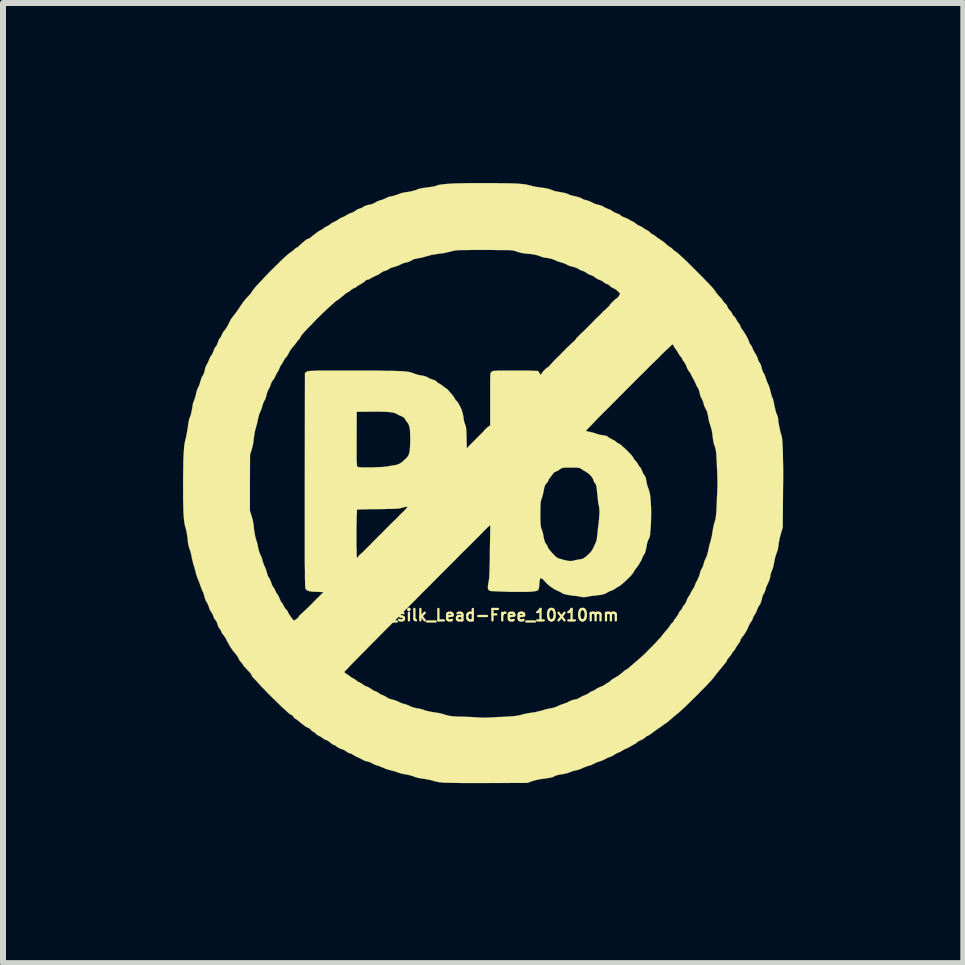
<source format=kicad_pcb>
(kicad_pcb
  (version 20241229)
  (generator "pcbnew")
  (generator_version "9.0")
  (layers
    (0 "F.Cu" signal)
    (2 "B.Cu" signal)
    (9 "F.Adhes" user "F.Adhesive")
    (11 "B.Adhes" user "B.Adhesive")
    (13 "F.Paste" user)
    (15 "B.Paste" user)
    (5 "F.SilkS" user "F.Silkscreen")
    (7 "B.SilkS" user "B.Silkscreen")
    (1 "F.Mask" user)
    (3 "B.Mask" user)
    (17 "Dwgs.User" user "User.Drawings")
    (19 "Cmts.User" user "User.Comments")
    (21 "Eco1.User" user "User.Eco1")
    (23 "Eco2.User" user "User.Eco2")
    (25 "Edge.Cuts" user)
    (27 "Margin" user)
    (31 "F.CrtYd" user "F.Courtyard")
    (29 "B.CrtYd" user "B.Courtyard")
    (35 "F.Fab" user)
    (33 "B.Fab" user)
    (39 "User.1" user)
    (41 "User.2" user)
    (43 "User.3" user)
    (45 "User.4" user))
  (footprint "Logo_silk_Lead-Free_10x10mm"
    (layer "F.Cu")
    (at 5 5)
    (property "Reference" "Logo_silk_Lead-Free_10x10mm" (at 0 2.2 0) (layer "F.SilkS") (effects (font (size 0.191 0.191) (thickness 0.038))))
    (attr exclude_from_pos_files exclude_from_bom)
    (fp_poly (pts (xy 4.999 -0.066) (xy 4.996 0.114) (xy 4.996 0.165) (xy 4.991 0.739) (xy 4.961 0.841) (xy 4.945 0.897) (xy 4.933 0.958) (xy 4.923 1.011) (xy 4.923 1.026) (xy 4.907 1.115) (xy 4.887 1.171) (xy 4.872 1.214) (xy 4.859 1.265) (xy 4.851 1.308) (xy 4.841 1.356) (xy 4.829 1.41) (xy 4.816 1.445) (xy 4.798 1.491) (xy 4.785 1.537) (xy 4.783 1.562) (xy 4.773 1.603) (xy 4.755 1.648) (xy 4.745 1.669) (xy 4.727 1.707) (xy 4.712 1.745) (xy 4.707 1.763) (xy 4.696 1.801) (xy 4.679 1.839) (xy 4.674 1.844) (xy 4.658 1.875) (xy 4.646 1.918) (xy 4.638 1.948) (xy 4.628 1.986) (xy 4.615 2.017) (xy 4.605 2.032) (xy 4.59 2.052) (xy 4.575 2.083) (xy 4.567 2.103) (xy 4.552 2.141) (xy 4.534 2.177) (xy 4.524 2.189) (xy 4.506 2.22) (xy 4.493 2.253) (xy 4.481 2.286) (xy 4.46 2.314) (xy 4.442 2.342) (xy 4.425 2.377) (xy 4.425 2.38) (xy 4.407 2.421) (xy 4.381 2.469) (xy 4.351 2.52) (xy 4.318 2.563) (xy 4.315 2.568) (xy 4.295 2.593) (xy 4.285 2.616) (xy 4.285 2.621) (xy 4.28 2.639) (xy 4.262 2.664) (xy 4.249 2.682) (xy 4.227 2.715) (xy 4.206 2.748) (xy 4.201 2.761) (xy 4.188 2.781) (xy 4.178 2.791) (xy 4.178 2.794) (xy 4.168 2.802) (xy 4.153 2.822) (xy 4.15 2.827) (xy 4.133 2.857) (xy 4.107 2.891) (xy 4.097 2.901) (xy 4.077 2.926) (xy 4.064 2.946) (xy 4.061 2.954) (xy 4.061 2.962) (xy 4.054 2.972) (xy 4.044 2.987) (xy 4.023 3.012) (xy 3.993 3.048) (xy 3.952 3.099) (xy 3.94 3.111) (xy 3.909 3.15) (xy 3.904 3.157) (xy 3.904 0.015) (xy 3.904 -0.015) (xy 3.904 -0.051) (xy 3.901 -0.091) (xy 3.901 -0.137) (xy 3.899 -0.196) (xy 3.894 -0.297) (xy 3.891 -0.378) (xy 3.886 -0.442) (xy 3.884 -0.493) (xy 3.879 -0.533) (xy 3.873 -0.564) (xy 3.868 -0.587) (xy 3.861 -0.607) (xy 3.858 -0.617) (xy 3.846 -0.65) (xy 3.835 -0.696) (xy 3.828 -0.747) (xy 3.825 -0.762) (xy 3.818 -0.831) (xy 3.807 -0.889) (xy 3.792 -0.94) (xy 3.774 -0.996) (xy 3.762 -1.036) (xy 3.752 -1.087) (xy 3.747 -1.118) (xy 3.736 -1.173) (xy 3.719 -1.219) (xy 3.713 -1.224) (xy 3.698 -1.257) (xy 3.68 -1.298) (xy 3.675 -1.323) (xy 3.663 -1.361) (xy 3.647 -1.397) (xy 3.637 -1.415) (xy 3.622 -1.443) (xy 3.612 -1.481) (xy 3.609 -1.496) (xy 3.599 -1.537) (xy 3.584 -1.577) (xy 3.576 -1.587) (xy 3.556 -1.623) (xy 3.538 -1.664) (xy 3.536 -1.669) (xy 3.518 -1.709) (xy 3.495 -1.748) (xy 3.493 -1.755) (xy 3.475 -1.783) (xy 3.465 -1.803) (xy 3.465 -1.808) (xy 3.457 -1.824) (xy 3.442 -1.847) (xy 3.434 -1.857) (xy 3.411 -1.89) (xy 3.393 -1.93) (xy 3.391 -1.935) (xy 3.376 -1.971) (xy 3.355 -2.009) (xy 3.348 -2.019) (xy 3.327 -2.047) (xy 3.317 -2.068) (xy 3.315 -2.075) (xy 3.307 -2.09) (xy 3.292 -2.108) (xy 3.274 -2.129) (xy 3.254 -2.159) (xy 3.246 -2.177) (xy 3.228 -2.205) (xy 3.213 -2.228) (xy 3.208 -2.233) (xy 3.195 -2.248) (xy 3.183 -2.273) (xy 3.18 -2.276) (xy 3.167 -2.301) (xy 3.155 -2.311) (xy 3.152 -2.311) (xy 3.145 -2.306) (xy 3.122 -2.283) (xy 3.086 -2.25) (xy 3.038 -2.205) (xy 2.982 -2.151) (xy 2.918 -2.085) (xy 2.845 -2.014) (xy 2.766 -1.938) (xy 2.685 -1.854) (xy 2.596 -1.768) (xy 2.507 -1.679) (xy 2.418 -1.59) (xy 2.329 -1.499) (xy 2.283 -1.455) (xy 2.283 -3.157) (xy 2.243 -3.198) (xy 2.212 -3.226) (xy 2.179 -3.244) (xy 2.167 -3.251) (xy 2.134 -3.266) (xy 2.111 -3.287) (xy 2.085 -3.31) (xy 2.057 -3.32) (xy 2.029 -3.332) (xy 2.009 -3.348) (xy 1.989 -3.363) (xy 1.956 -3.381) (xy 1.941 -3.386) (xy 1.905 -3.401) (xy 1.872 -3.421) (xy 1.864 -3.429) (xy 1.834 -3.449) (xy 1.798 -3.465) (xy 1.796 -3.467) (xy 1.758 -3.48) (xy 1.727 -3.5) (xy 1.722 -3.503) (xy 1.692 -3.523) (xy 1.656 -3.538) (xy 1.654 -3.538) (xy 1.618 -3.551) (xy 1.587 -3.569) (xy 1.585 -3.571) (xy 1.56 -3.584) (xy 1.524 -3.597) (xy 1.488 -3.607) (xy 1.448 -3.617) (xy 1.41 -3.632) (xy 1.387 -3.645) (xy 1.356 -3.66) (xy 1.318 -3.673) (xy 1.298 -3.678) (xy 1.255 -3.691) (xy 1.212 -3.708) (xy 1.196 -3.716) (xy 1.148 -3.736) (xy 1.085 -3.749) (xy 1.067 -3.752) (xy 1.016 -3.759) (xy 0.97 -3.772) (xy 0.937 -3.785) (xy 0.892 -3.8) (xy 0.828 -3.813) (xy 0.795 -3.818) (xy 0.724 -3.823) (xy 0.668 -3.83) (xy 0.627 -3.838) (xy 0.592 -3.848) (xy 0.561 -3.858) (xy 0.549 -3.863) (xy 0.533 -3.868) (xy 0.521 -3.871) (xy 0.503 -3.876) (xy 0.483 -3.879) (xy 0.452 -3.881) (xy 0.417 -3.884) (xy 0.368 -3.884) (xy 0.307 -3.884) (xy 0.231 -3.884) (xy 0.137 -3.886) (xy 0.023 -3.886) (xy 0.02 -3.886) (xy -0.091 -3.886) (xy -0.185 -3.886) (xy -0.262 -3.884) (xy -0.323 -3.884) (xy -0.373 -3.884) (xy -0.411 -3.881) (xy -0.445 -3.879) (xy -0.467 -3.876) (xy -0.49 -3.873) (xy -0.508 -3.868) (xy -0.528 -3.863) (xy -0.536 -3.861) (xy -0.587 -3.848) (xy -0.648 -3.835) (xy -0.709 -3.825) (xy -0.739 -3.823) (xy -0.8 -3.813) (xy -0.864 -3.802) (xy -0.917 -3.787) (xy -0.937 -3.782) (xy -0.988 -3.767) (xy -1.039 -3.754) (xy -1.085 -3.747) (xy -1.148 -3.734) (xy -1.189 -3.713) (xy -1.227 -3.693) (xy -1.267 -3.68) (xy -1.278 -3.678) (xy -1.321 -3.668) (xy -1.364 -3.65) (xy -1.377 -3.642) (xy -1.415 -3.625) (xy -1.46 -3.609) (xy -1.478 -3.604) (xy -1.516 -3.594) (xy -1.552 -3.579) (xy -1.565 -3.571) (xy -1.593 -3.553) (xy -1.628 -3.541) (xy -1.633 -3.538) (xy -1.669 -3.526) (xy -1.694 -3.51) (xy -1.699 -3.508) (xy -1.722 -3.49) (xy -1.753 -3.472) (xy -1.781 -3.459) (xy -1.819 -3.442) (xy -1.857 -3.421) (xy -1.875 -3.411) (xy -1.902 -3.396) (xy -1.925 -3.391) (xy -1.93 -3.391) (xy -1.948 -3.383) (xy -1.966 -3.368) (xy -1.989 -3.348) (xy -2.022 -3.327) (xy -2.029 -3.322) (xy -2.065 -3.302) (xy -2.098 -3.282) (xy -2.103 -3.277) (xy -2.126 -3.259) (xy -2.146 -3.251) (xy -2.164 -3.244) (xy -2.187 -3.228) (xy -2.207 -3.213) (xy -2.233 -3.193) (xy -2.253 -3.18) (xy -2.261 -3.178) (xy -2.273 -3.17) (xy -2.296 -3.155) (xy -2.316 -3.137) (xy -2.36 -3.101) (xy -2.393 -3.073) (xy -2.418 -3.056) (xy -2.443 -3.04) (xy -2.466 -3.023) (xy -2.502 -2.99) (xy -2.548 -2.949) (xy -2.601 -2.901) (xy -2.657 -2.847) (xy -2.713 -2.794) (xy -2.769 -2.738) (xy -2.819 -2.687) (xy -2.83 -2.675) (xy -2.873 -2.629) (xy -2.916 -2.586) (xy -2.951 -2.548) (xy -2.979 -2.52) (xy -2.987 -2.51) (xy -3.015 -2.479) (xy -3.035 -2.449) (xy -3.043 -2.433) (xy -3.058 -2.408) (xy -3.071 -2.39) (xy -3.073 -2.39) (xy -3.089 -2.375) (xy -3.104 -2.352) (xy -3.127 -2.324) (xy -3.145 -2.299) (xy -3.178 -2.261) (xy -3.211 -2.217) (xy -3.236 -2.172) (xy -3.256 -2.136) (xy -3.269 -2.113) (xy -3.279 -2.101) (xy -3.282 -2.098) (xy -3.292 -2.09) (xy -3.307 -2.068) (xy -3.325 -2.037) (xy -3.343 -2.004) (xy -3.358 -1.979) (xy -3.368 -1.966) (xy -3.378 -1.953) (xy -3.388 -1.928) (xy -3.391 -1.92) (xy -3.406 -1.885) (xy -3.426 -1.849) (xy -3.447 -1.816) (xy -3.465 -1.778) (xy -3.48 -1.745) (xy -3.5 -1.717) (xy -3.503 -1.714) (xy -3.523 -1.687) (xy -3.536 -1.654) (xy -3.546 -1.621) (xy -3.564 -1.582) (xy -3.571 -1.57) (xy -3.592 -1.529) (xy -3.607 -1.483) (xy -3.609 -1.471) (xy -3.619 -1.43) (xy -3.635 -1.389) (xy -3.642 -1.379) (xy -3.66 -1.344) (xy -3.675 -1.3) (xy -3.678 -1.288) (xy -3.691 -1.245) (xy -3.708 -1.201) (xy -3.713 -1.189) (xy -3.729 -1.156) (xy -3.741 -1.11) (xy -3.752 -1.067) (xy -3.762 -1.016) (xy -3.777 -0.958) (xy -3.79 -0.912) (xy -3.805 -0.856) (xy -3.815 -0.79) (xy -3.823 -0.734) (xy -3.833 -0.653) (xy -3.851 -0.577) (xy -3.858 -0.554) (xy -3.884 -0.472) (xy -3.886 -0.005) (xy -3.886 0.462) (xy -3.856 0.554) (xy -3.84 0.615) (xy -3.825 0.688) (xy -3.818 0.765) (xy -3.818 0.767) (xy -3.807 0.833) (xy -3.797 0.892) (xy -3.785 0.932) (xy -3.785 0.937) (xy -3.772 0.973) (xy -3.759 1.019) (xy -3.752 1.059) (xy -3.739 1.118) (xy -3.721 1.173) (xy -3.711 1.194) (xy -3.693 1.232) (xy -3.68 1.273) (xy -3.675 1.293) (xy -3.665 1.326) (xy -3.65 1.367) (xy -3.64 1.387) (xy -3.622 1.43) (xy -3.607 1.476) (xy -3.602 1.494) (xy -3.592 1.532) (xy -3.579 1.562) (xy -3.571 1.572) (xy -3.556 1.595) (xy -3.541 1.631) (xy -3.533 1.651) (xy -3.52 1.689) (xy -3.505 1.72) (xy -3.498 1.73) (xy -3.477 1.758) (xy -3.465 1.791) (xy -3.462 1.791) (xy -3.447 1.824) (xy -3.426 1.854) (xy -3.409 1.882) (xy -3.393 1.918) (xy -3.391 1.925) (xy -3.378 1.956) (xy -3.365 1.979) (xy -3.36 1.984) (xy -3.345 2.002) (xy -3.33 2.032) (xy -3.325 2.042) (xy -3.307 2.073) (xy -3.287 2.101) (xy -3.282 2.106) (xy -3.261 2.129) (xy -3.246 2.162) (xy -3.231 2.189) (xy -3.205 2.225) (xy -3.193 2.243) (xy -3.155 2.291) (xy -3.117 2.268) (xy -3.094 2.25) (xy -3.076 2.233) (xy -3.076 2.23) (xy -3.066 2.212) (xy -3.043 2.189) (xy -3.015 2.164) (xy -2.972 2.123) (xy -2.918 2.073) (xy -2.857 2.012) (xy -2.837 1.991) (xy -2.819 1.974) (xy -2.802 1.956) (xy -2.784 1.938) (xy -2.774 1.925) (xy -2.761 1.915) (xy -2.741 1.895) (xy -2.715 1.869) (xy -2.69 1.844) (xy -2.672 1.826) (xy -2.664 1.816) (xy -2.675 1.814) (xy -2.7 1.814) (xy -2.741 1.811) (xy -2.769 1.811) (xy -2.84 1.808) (xy -2.893 1.801) (xy -2.931 1.788) (xy -2.954 1.768) (xy -2.959 1.758) (xy -2.962 1.75) (xy -2.964 1.737) (xy -2.964 1.712) (xy -2.967 1.681) (xy -2.967 1.638) (xy -2.969 1.585) (xy -2.969 1.519) (xy -2.969 1.443) (xy -2.972 1.351) (xy -2.972 1.245) (xy -2.972 1.125) (xy -2.972 0.988) (xy -2.972 0.833) (xy -2.972 0.663) (xy -2.972 0.472) (xy -2.972 0.264) (xy -2.972 0.036) (xy -2.972 -0.051) (xy -2.969 -1.834) (xy -2.944 -1.854) (xy -2.939 -1.859) (xy -2.931 -1.862) (xy -2.921 -1.864) (xy -2.906 -1.867) (xy -2.883 -1.869) (xy -2.852 -1.872) (xy -2.814 -1.872) (xy -2.766 -1.875) (xy -2.703 -1.875) (xy -2.626 -1.875) (xy -2.535 -1.875) (xy -2.426 -1.875) (xy -2.299 -1.875) (xy -2.197 -1.875) (xy -2.029 -1.875) (xy -1.88 -1.875) (xy -1.75 -1.875) (xy -1.638 -1.872) (xy -1.542 -1.872) (xy -1.458 -1.869) (xy -1.389 -1.867) (xy -1.333 -1.864) (xy -1.285 -1.859) (xy -1.247 -1.854) (xy -1.219 -1.849) (xy -1.194 -1.844) (xy -1.176 -1.836) (xy -1.168 -1.834) (xy -1.135 -1.821) (xy -1.092 -1.806) (xy -1.044 -1.796) (xy -1.036 -1.796) (xy -0.986 -1.786) (xy -0.945 -1.773) (xy -0.919 -1.76) (xy -0.894 -1.745) (xy -0.859 -1.732) (xy -0.841 -1.725) (xy -0.795 -1.709) (xy -0.77 -1.687) (xy -0.752 -1.669) (xy -0.739 -1.661) (xy -0.721 -1.656) (xy -0.699 -1.638) (xy -0.688 -1.633) (xy -0.658 -1.608) (xy -0.625 -1.585) (xy -0.62 -1.58) (xy -0.597 -1.565) (xy -0.572 -1.537) (xy -0.541 -1.501) (xy -0.511 -1.468) (xy -0.488 -1.435) (xy -0.472 -1.41) (xy -0.467 -1.4) (xy -0.46 -1.384) (xy -0.447 -1.374) (xy -0.434 -1.361) (xy -0.414 -1.333) (xy -0.394 -1.295) (xy -0.384 -1.278) (xy -0.358 -1.222) (xy -0.343 -1.171) (xy -0.33 -1.115) (xy -0.328 -1.1) (xy -0.323 -1.054) (xy -0.312 -1.011) (xy -0.302 -0.98) (xy -0.3 -0.975) (xy -0.292 -0.958) (xy -0.287 -0.932) (xy -0.282 -0.897) (xy -0.279 -0.846) (xy -0.277 -0.777) (xy -0.277 -0.762) (xy -0.272 -0.579) (xy -0.218 -0.638) (xy -0.188 -0.668) (xy -0.163 -0.693) (xy -0.147 -0.709) (xy -0.099 -0.757) (xy -0.051 -0.805) (xy -0.005 -0.851) (xy 0.025 -0.886) (xy 0.053 -0.914) (xy 0.079 -0.937) (xy 0.094 -0.947) (xy 0.117 -0.96) (xy 0.117 -1.397) (xy 0.117 -1.504) (xy 0.117 -1.593) (xy 0.117 -1.664) (xy 0.117 -1.72) (xy 0.119 -1.763) (xy 0.119 -1.796) (xy 0.122 -1.819) (xy 0.124 -1.834) (xy 0.13 -1.844) (xy 0.135 -1.849) (xy 0.137 -1.854) (xy 0.145 -1.859) (xy 0.152 -1.864) (xy 0.165 -1.867) (xy 0.183 -1.872) (xy 0.211 -1.872) (xy 0.249 -1.875) (xy 0.3 -1.875) (xy 0.366 -1.875) (xy 0.45 -1.875) (xy 0.526 -1.875) (xy 0.612 -1.875) (xy 0.693 -1.875) (xy 0.765 -1.875) (xy 0.826 -1.872) (xy 0.871 -1.872) (xy 0.902 -1.869) (xy 0.912 -1.869) (xy 0.927 -1.854) (xy 0.942 -1.829) (xy 0.953 -1.808) (xy 0.958 -1.806) (xy 0.968 -1.819) (xy 0.968 -1.821) (xy 0.983 -1.841) (xy 1.003 -1.867) (xy 1.029 -1.892) (xy 1.052 -1.915) (xy 1.069 -1.928) (xy 1.074 -1.928) (xy 1.085 -1.935) (xy 1.105 -1.956) (xy 1.13 -1.984) (xy 1.135 -1.989) (xy 1.171 -2.029) (xy 1.214 -2.073) (xy 1.245 -2.103) (xy 1.275 -2.131) (xy 1.298 -2.156) (xy 1.313 -2.172) (xy 1.339 -2.197) (xy 1.372 -2.233) (xy 1.412 -2.271) (xy 1.453 -2.309) (xy 1.486 -2.342) (xy 1.491 -2.344) (xy 1.519 -2.37) (xy 1.537 -2.39) (xy 1.544 -2.4) (xy 1.552 -2.413) (xy 1.572 -2.433) (xy 1.598 -2.459) (xy 1.6 -2.464) (xy 1.631 -2.492) (xy 1.654 -2.515) (xy 1.666 -2.527) (xy 1.669 -2.527) (xy 1.679 -2.537) (xy 1.702 -2.56) (xy 1.735 -2.593) (xy 1.77 -2.629) (xy 1.775 -2.634) (xy 1.811 -2.67) (xy 1.844 -2.703) (xy 1.867 -2.728) (xy 1.88 -2.741) (xy 1.882 -2.741) (xy 1.895 -2.756) (xy 1.918 -2.776) (xy 1.941 -2.799) (xy 1.956 -2.814) (xy 1.981 -2.84) (xy 2.009 -2.87) (xy 2.05 -2.903) (xy 2.055 -2.911) (xy 2.083 -2.936) (xy 2.103 -2.957) (xy 2.111 -2.967) (xy 2.118 -2.979) (xy 2.136 -3) (xy 2.162 -3.025) (xy 2.187 -3.051) (xy 2.212 -3.071) (xy 2.225 -3.081) (xy 2.228 -3.081) (xy 2.238 -3.089) (xy 2.253 -3.109) (xy 2.261 -3.119) (xy 2.283 -3.157) (xy 2.283 -1.455) (xy 2.24 -1.41) (xy 2.154 -1.323) (xy 2.073 -1.242) (xy 1.996 -1.166) (xy 1.925 -1.095) (xy 1.864 -1.031) (xy 1.811 -0.975) (xy 1.768 -0.932) (xy 1.737 -0.899) (xy 1.717 -0.879) (xy 1.714 -0.871) (xy 1.727 -0.866) (xy 1.755 -0.859) (xy 1.781 -0.853) (xy 1.826 -0.843) (xy 1.875 -0.828) (xy 1.897 -0.82) (xy 1.938 -0.808) (xy 1.981 -0.8) (xy 1.999 -0.798) (xy 2.047 -0.79) (xy 2.075 -0.775) (xy 2.103 -0.754) (xy 2.141 -0.734) (xy 2.149 -0.729) (xy 2.182 -0.714) (xy 2.207 -0.696) (xy 2.215 -0.688) (xy 2.238 -0.671) (xy 2.266 -0.655) (xy 2.268 -0.655) (xy 2.289 -0.643) (xy 2.316 -0.617) (xy 2.352 -0.587) (xy 2.39 -0.551) (xy 2.428 -0.513) (xy 2.461 -0.478) (xy 2.487 -0.447) (xy 2.502 -0.427) (xy 2.504 -0.419) (xy 2.512 -0.404) (xy 2.53 -0.381) (xy 2.543 -0.368) (xy 2.563 -0.343) (xy 2.578 -0.323) (xy 2.581 -0.315) (xy 2.586 -0.3) (xy 2.603 -0.277) (xy 2.606 -0.277) (xy 2.626 -0.251) (xy 2.644 -0.216) (xy 2.649 -0.203) (xy 2.662 -0.168) (xy 2.68 -0.14) (xy 2.687 -0.132) (xy 2.705 -0.099) (xy 2.718 -0.048) (xy 2.718 -0.036) (xy 2.728 0.013) (xy 2.743 0.064) (xy 2.756 0.097) (xy 2.771 0.145) (xy 2.784 0.213) (xy 2.791 0.297) (xy 2.797 0.396) (xy 2.799 0.508) (xy 2.797 0.627) (xy 2.794 0.696) (xy 2.789 0.77) (xy 2.784 0.823) (xy 2.781 0.861) (xy 2.776 0.889) (xy 2.771 0.909) (xy 2.764 0.922) (xy 2.758 0.93) (xy 2.743 0.965) (xy 2.728 1.019) (xy 2.723 1.054) (xy 2.71 1.115) (xy 2.697 1.161) (xy 2.682 1.189) (xy 2.662 1.219) (xy 2.649 1.25) (xy 2.647 1.257) (xy 2.637 1.283) (xy 2.614 1.321) (xy 2.588 1.364) (xy 2.558 1.407) (xy 2.545 1.422) (xy 2.522 1.455) (xy 2.502 1.491) (xy 2.489 1.509) (xy 2.466 1.537) (xy 2.433 1.572) (xy 2.395 1.608) (xy 2.355 1.646) (xy 2.316 1.679) (xy 2.286 1.704) (xy 2.261 1.722) (xy 2.25 1.727) (xy 2.235 1.732) (xy 2.215 1.748) (xy 2.207 1.753) (xy 2.174 1.775) (xy 2.136 1.791) (xy 2.134 1.791) (xy 2.098 1.806) (xy 2.062 1.826) (xy 2.055 1.829) (xy 2.035 1.841) (xy 2.009 1.849) (xy 1.974 1.859) (xy 1.938 1.864) (xy 1.938 0.48) (xy 1.935 0.424) (xy 1.93 0.384) (xy 1.923 0.358) (xy 1.918 0.328) (xy 1.913 0.287) (xy 1.908 0.234) (xy 1.9 0.163) (xy 1.897 0.135) (xy 1.892 0.084) (xy 1.885 0.048) (xy 1.877 0.02) (xy 1.864 0) (xy 1.859 -0.003) (xy 1.844 -0.03) (xy 1.834 -0.056) (xy 1.834 -0.061) (xy 1.824 -0.081) (xy 1.803 -0.112) (xy 1.775 -0.142) (xy 1.742 -0.17) (xy 1.709 -0.191) (xy 1.704 -0.196) (xy 1.669 -0.213) (xy 1.638 -0.236) (xy 1.623 -0.246) (xy 1.61 -0.251) (xy 1.587 -0.257) (xy 1.56 -0.259) (xy 1.516 -0.259) (xy 1.46 -0.259) (xy 1.402 -0.259) (xy 1.361 -0.259) (xy 1.333 -0.257) (xy 1.313 -0.251) (xy 1.298 -0.244) (xy 1.283 -0.234) (xy 1.278 -0.231) (xy 1.245 -0.208) (xy 1.212 -0.193) (xy 1.206 -0.191) (xy 1.184 -0.18) (xy 1.171 -0.17) (xy 1.166 -0.157) (xy 1.148 -0.135) (xy 1.13 -0.112) (xy 1.107 -0.081) (xy 1.09 -0.058) (xy 1.087 -0.046) (xy 1.079 -0.03) (xy 1.064 -0.005) (xy 1.054 0.003) (xy 1.034 0.03) (xy 1.021 0.066) (xy 1.011 0.112) (xy 1.001 0.163) (xy 0.988 0.216) (xy 0.978 0.249) (xy 0.968 0.274) (xy 0.963 0.297) (xy 0.958 0.325) (xy 0.955 0.361) (xy 0.955 0.406) (xy 0.953 0.467) (xy 0.953 0.516) (xy 0.953 0.589) (xy 0.955 0.645) (xy 0.958 0.686) (xy 0.96 0.716) (xy 0.965 0.739) (xy 0.97 0.757) (xy 0.973 0.762) (xy 0.983 0.792) (xy 0.996 0.836) (xy 1.006 0.884) (xy 1.006 0.894) (xy 1.021 0.955) (xy 1.034 0.993) (xy 1.044 1.006) (xy 1.062 1.031) (xy 1.077 1.064) (xy 1.077 1.067) (xy 1.09 1.09) (xy 1.115 1.123) (xy 1.146 1.158) (xy 1.163 1.176) (xy 1.196 1.212) (xy 1.222 1.234) (xy 1.247 1.25) (xy 1.278 1.26) (xy 1.318 1.27) (xy 1.328 1.275) (xy 1.384 1.288) (xy 1.425 1.295) (xy 1.455 1.298) (xy 1.486 1.295) (xy 1.519 1.288) (xy 1.534 1.283) (xy 1.575 1.275) (xy 1.61 1.27) (xy 1.626 1.267) (xy 1.648 1.262) (xy 1.676 1.25) (xy 1.712 1.224) (xy 1.732 1.206) (xy 1.768 1.173) (xy 1.796 1.143) (xy 1.821 1.107) (xy 1.844 1.059) (xy 1.849 1.049) (xy 1.872 0.998) (xy 1.887 0.96) (xy 1.895 0.922) (xy 1.9 0.876) (xy 1.902 0.859) (xy 1.908 0.8) (xy 1.915 0.737) (xy 1.923 0.681) (xy 1.923 0.676) (xy 1.93 0.612) (xy 1.935 0.544) (xy 1.938 0.48) (xy 1.938 1.864) (xy 1.928 1.864) (xy 1.88 1.872) (xy 1.824 1.877) (xy 1.773 1.885) (xy 1.732 1.892) (xy 1.709 1.895) (xy 1.707 1.897) (xy 1.664 1.9) (xy 1.636 1.895) (xy 1.61 1.89) (xy 1.57 1.882) (xy 1.519 1.877) (xy 1.473 1.872) (xy 1.415 1.862) (xy 1.372 1.854) (xy 1.341 1.844) (xy 1.321 1.834) (xy 1.318 1.834) (xy 1.288 1.814) (xy 1.252 1.798) (xy 1.245 1.796) (xy 1.184 1.765) (xy 1.118 1.722) (xy 1.059 1.671) (xy 1.029 1.638) (xy 0.996 1.603) (xy 0.97 1.585) (xy 0.955 1.585) (xy 0.945 1.603) (xy 0.94 1.641) (xy 0.937 1.676) (xy 0.932 1.73) (xy 0.925 1.763) (xy 0.912 1.786) (xy 0.886 1.796) (xy 0.846 1.803) (xy 0.828 1.806) (xy 0.79 1.808) (xy 0.739 1.811) (xy 0.676 1.811) (xy 0.605 1.811) (xy 0.528 1.811) (xy 0.45 1.811) (xy 0.371 1.808) (xy 0.3 1.806) (xy 0.234 1.803) (xy 0.178 1.801) (xy 0.137 1.798) (xy 0.112 1.793) (xy 0.109 1.793) (xy 0.089 1.778) (xy 0.079 1.753) (xy 0.079 1.72) (xy 0.086 1.669) (xy 0.089 1.651) (xy 0.094 1.626) (xy 0.099 1.593) (xy 0.102 1.549) (xy 0.104 1.496) (xy 0.107 1.427) (xy 0.109 1.344) (xy 0.112 1.245) (xy 0.112 1.135) (xy 0.119 0.699) (xy 0.094 0.719) (xy 0.076 0.734) (xy 0.046 0.765) (xy 0.003 0.808) (xy -0.048 0.861) (xy -0.114 0.927) (xy -0.188 1.001) (xy -0.272 1.085) (xy -0.363 1.173) (xy -0.46 1.273) (xy -0.564 1.377) (xy -0.671 1.483) (xy -0.782 1.595) (xy -0.897 1.712) (xy -1.013 1.826) (xy -1.13 1.946) (xy -1.214 2.029) (xy -1.214 -0.721) (xy -1.214 -0.734) (xy -1.217 -0.82) (xy -1.219 -0.886) (xy -1.229 -0.94) (xy -1.242 -0.978) (xy -1.26 -1.008) (xy -1.267 -1.016) (xy -1.288 -1.044) (xy -1.303 -1.069) (xy -1.306 -1.074) (xy -1.318 -1.092) (xy -1.351 -1.11) (xy -1.361 -1.115) (xy -1.397 -1.13) (xy -1.43 -1.148) (xy -1.44 -1.153) (xy -1.466 -1.166) (xy -1.504 -1.176) (xy -1.557 -1.184) (xy -1.628 -1.189) (xy -1.714 -1.191) (xy -1.821 -1.191) (xy -1.867 -1.191) (xy -2.106 -1.189) (xy -2.108 -0.739) (xy -2.108 -0.625) (xy -2.108 -0.531) (xy -2.108 -0.455) (xy -2.108 -0.394) (xy -2.106 -0.348) (xy -2.103 -0.315) (xy -2.101 -0.292) (xy -2.098 -0.279) (xy -2.095 -0.274) (xy -2.08 -0.269) (xy -2.047 -0.264) (xy -1.999 -0.262) (xy -1.943 -0.262) (xy -1.877 -0.262) (xy -1.811 -0.264) (xy -1.745 -0.267) (xy -1.684 -0.269) (xy -1.631 -0.274) (xy -1.59 -0.279) (xy -1.587 -0.279) (xy -1.539 -0.29) (xy -1.491 -0.297) (xy -1.455 -0.302) (xy -1.407 -0.318) (xy -1.359 -0.345) (xy -1.308 -0.391) (xy -1.306 -0.394) (xy -1.29 -0.409) (xy -1.27 -0.429) (xy -1.265 -0.434) (xy -1.247 -0.46) (xy -1.232 -0.5) (xy -1.222 -0.556) (xy -1.217 -0.63) (xy -1.214 -0.721) (xy -1.214 2.029) (xy -1.247 2.062) (xy -1.26 2.075) (xy -1.26 0.399) (xy -1.267 0.394) (xy -1.28 0.394) (xy -1.303 0.396) (xy -1.339 0.406) (xy -1.359 0.411) (xy -1.377 0.417) (xy -1.4 0.422) (xy -1.427 0.424) (xy -1.466 0.427) (xy -1.516 0.429) (xy -1.582 0.429) (xy -1.661 0.432) (xy -1.75 0.432) (xy -1.834 0.434) (xy -1.91 0.434) (xy -1.976 0.437) (xy -2.032 0.437) (xy -2.073 0.439) (xy -2.095 0.439) (xy -2.101 0.442) (xy -2.103 0.452) (xy -2.103 0.483) (xy -2.106 0.528) (xy -2.108 0.587) (xy -2.108 0.655) (xy -2.111 0.729) (xy -2.111 0.808) (xy -2.111 0.889) (xy -2.111 0.965) (xy -2.111 1.041) (xy -2.108 1.107) (xy -2.108 1.163) (xy -2.106 1.209) (xy -2.103 1.237) (xy -2.101 1.247) (xy -2.09 1.237) (xy -2.078 1.219) (xy -2.065 1.201) (xy -2.057 1.194) (xy -2.047 1.186) (xy -2.024 1.166) (xy -1.994 1.138) (xy -1.958 1.1) (xy -1.918 1.062) (xy -1.875 1.019) (xy -1.847 0.988) (xy -1.834 0.975) (xy -1.808 0.95) (xy -1.775 0.917) (xy -1.735 0.876) (xy -1.689 0.833) (xy -1.646 0.787) (xy -1.6 0.742) (xy -1.56 0.701) (xy -1.527 0.668) (xy -1.504 0.645) (xy -1.491 0.635) (xy -1.491 0.632) (xy -1.476 0.62) (xy -1.45 0.594) (xy -1.417 0.561) (xy -1.382 0.523) (xy -1.344 0.488) (xy -1.311 0.455) (xy -1.285 0.427) (xy -1.273 0.411) (xy -1.27 0.411) (xy -1.26 0.399) (xy -1.26 2.075) (xy -1.361 2.179) (xy -1.476 2.294) (xy -1.585 2.403) (xy -1.692 2.51) (xy -1.793 2.614) (xy -1.887 2.708) (xy -1.974 2.797) (xy -2.055 2.878) (xy -2.126 2.951) (xy -2.187 3.012) (xy -2.235 3.063) (xy -2.273 3.104) (xy -2.299 3.129) (xy -2.309 3.142) (xy -2.311 3.142) (xy -2.304 3.162) (xy -2.283 3.175) (xy -2.253 3.193) (xy -2.223 3.216) (xy -2.215 3.221) (xy -2.192 3.239) (xy -2.172 3.251) (xy -2.167 3.251) (xy -2.151 3.259) (xy -2.129 3.274) (xy -2.118 3.284) (xy -2.093 3.302) (xy -2.075 3.315) (xy -2.07 3.315) (xy -2.055 3.32) (xy -2.032 3.335) (xy -2.017 3.345) (xy -1.984 3.368) (xy -1.948 3.386) (xy -1.938 3.388) (xy -1.905 3.404) (xy -1.867 3.426) (xy -1.859 3.434) (xy -1.831 3.452) (xy -1.808 3.462) (xy -1.801 3.465) (xy -1.781 3.472) (xy -1.755 3.487) (xy -1.75 3.49) (xy -1.717 3.513) (xy -1.681 3.531) (xy -1.671 3.533) (xy -1.638 3.548) (xy -1.61 3.566) (xy -1.603 3.571) (xy -1.58 3.584) (xy -1.547 3.597) (xy -1.519 3.604) (xy -1.473 3.617) (xy -1.433 3.632) (xy -1.412 3.642) (xy -1.374 3.66) (xy -1.331 3.675) (xy -1.316 3.678) (xy -1.273 3.691) (xy -1.232 3.708) (xy -1.219 3.716) (xy -1.181 3.731) (xy -1.135 3.744) (xy -1.113 3.749) (xy -1.064 3.757) (xy -1.013 3.769) (xy -0.986 3.78) (xy -0.947 3.792) (xy -0.894 3.805) (xy -0.838 3.815) (xy -0.803 3.82) (xy -0.749 3.828) (xy -0.704 3.838) (xy -0.665 3.848) (xy -0.65 3.853) (xy -0.61 3.866) (xy -0.551 3.879) (xy -0.475 3.886) (xy -0.381 3.891) (xy -0.33 3.891) (xy -0.269 3.894) (xy -0.208 3.896) (xy -0.155 3.899) (xy -0.122 3.901) (xy -0.076 3.904) (xy -0.018 3.907) (xy 0.036 3.907) (xy 0.058 3.907) (xy 0.117 3.904) (xy 0.188 3.901) (xy 0.254 3.896) (xy 0.282 3.896) (xy 0.376 3.891) (xy 0.452 3.886) (xy 0.513 3.881) (xy 0.561 3.876) (xy 0.599 3.868) (xy 0.632 3.861) (xy 0.638 3.858) (xy 0.676 3.848) (xy 0.724 3.838) (xy 0.78 3.828) (xy 0.815 3.823) (xy 0.871 3.815) (xy 0.922 3.802) (xy 0.965 3.792) (xy 0.986 3.787) (xy 1.024 3.774) (xy 1.072 3.762) (xy 1.118 3.752) (xy 1.166 3.744) (xy 1.209 3.729) (xy 1.242 3.716) (xy 1.278 3.698) (xy 1.323 3.683) (xy 1.336 3.678) (xy 1.374 3.665) (xy 1.41 3.65) (xy 1.42 3.642) (xy 1.448 3.63) (xy 1.486 3.614) (xy 1.521 3.607) (xy 1.562 3.597) (xy 1.595 3.581) (xy 1.615 3.571) (xy 1.646 3.553) (xy 1.679 3.538) (xy 1.681 3.538) (xy 1.717 3.523) (xy 1.753 3.505) (xy 1.753 3.503) (xy 1.783 3.482) (xy 1.821 3.465) (xy 1.826 3.462) (xy 1.857 3.447) (xy 1.882 3.432) (xy 1.887 3.426) (xy 1.905 3.416) (xy 1.935 3.401) (xy 1.963 3.391) (xy 1.996 3.376) (xy 2.024 3.36) (xy 2.037 3.35) (xy 2.055 3.338) (xy 2.083 3.322) (xy 2.085 3.32) (xy 2.108 3.307) (xy 2.121 3.297) (xy 2.121 3.294) (xy 2.129 3.284) (xy 2.151 3.269) (xy 2.172 3.256) (xy 2.248 3.211) (xy 2.306 3.167) (xy 2.324 3.152) (xy 2.349 3.129) (xy 2.377 3.111) (xy 2.403 3.096) (xy 2.431 3.073) (xy 2.451 3.053) (xy 2.484 3.028) (xy 2.515 3) (xy 2.573 2.951) (xy 2.639 2.893) (xy 2.705 2.832) (xy 2.761 2.774) (xy 2.769 2.766) (xy 2.832 2.703) (xy 2.883 2.649) (xy 2.921 2.606) (xy 2.954 2.573) (xy 2.977 2.543) (xy 2.997 2.517) (xy 3 2.515) (xy 3.028 2.479) (xy 3.056 2.446) (xy 3.073 2.428) (xy 3.096 2.398) (xy 3.117 2.367) (xy 3.119 2.365) (xy 3.134 2.342) (xy 3.15 2.327) (xy 3.165 2.314) (xy 3.172 2.301) (xy 3.183 2.278) (xy 3.203 2.253) (xy 3.211 2.243) (xy 3.233 2.212) (xy 3.254 2.179) (xy 3.256 2.172) (xy 3.272 2.141) (xy 3.292 2.118) (xy 3.292 2.116) (xy 3.31 2.095) (xy 3.315 2.083) (xy 3.322 2.068) (xy 3.338 2.042) (xy 3.348 2.032) (xy 3.371 1.999) (xy 3.388 1.963) (xy 3.391 1.953) (xy 3.404 1.92) (xy 3.421 1.895) (xy 3.421 1.892) (xy 3.439 1.867) (xy 3.457 1.836) (xy 3.459 1.826) (xy 3.475 1.796) (xy 3.493 1.768) (xy 3.495 1.763) (xy 3.513 1.74) (xy 3.526 1.707) (xy 3.528 1.699) (xy 3.543 1.661) (xy 3.564 1.623) (xy 3.566 1.621) (xy 3.581 1.587) (xy 3.599 1.547) (xy 3.607 1.516) (xy 3.619 1.476) (xy 3.632 1.44) (xy 3.645 1.42) (xy 3.66 1.389) (xy 3.673 1.351) (xy 3.673 1.346) (xy 3.683 1.313) (xy 3.698 1.273) (xy 3.711 1.247) (xy 3.729 1.204) (xy 3.744 1.151) (xy 3.752 1.115) (xy 3.762 1.064) (xy 3.777 1.006) (xy 3.79 0.965) (xy 3.802 0.914) (xy 3.815 0.859) (xy 3.82 0.818) (xy 3.828 0.77) (xy 3.838 0.714) (xy 3.853 0.663) (xy 3.853 0.658) (xy 3.863 0.627) (xy 3.871 0.597) (xy 3.876 0.566) (xy 3.881 0.528) (xy 3.884 0.48) (xy 3.889 0.422) (xy 3.891 0.345) (xy 3.894 0.307) (xy 3.896 0.221) (xy 3.901 0.152) (xy 3.901 0.099) (xy 3.904 0.053) (xy 3.904 0.015) (xy 3.904 3.157) (xy 3.881 3.185) (xy 3.861 3.211) (xy 3.856 3.218) (xy 3.835 3.246) (xy 3.8 3.287) (xy 3.754 3.335) (xy 3.701 3.393) (xy 3.64 3.454) (xy 3.576 3.52) (xy 3.51 3.584) (xy 3.447 3.647) (xy 3.383 3.708) (xy 3.327 3.762) (xy 3.279 3.805) (xy 3.241 3.838) (xy 3.218 3.856) (xy 3.198 3.871) (xy 3.17 3.896) (xy 3.134 3.927) (xy 3.117 3.942) (xy 3.084 3.97) (xy 3.056 3.993) (xy 3.035 4.006) (xy 3.033 4.008) (xy 3.018 4.016) (xy 3 4.031) (xy 2.972 4.051) (xy 2.944 4.072) (xy 2.921 4.084) (xy 2.888 4.11) (xy 2.847 4.138) (xy 2.832 4.15) (xy 2.797 4.176) (xy 2.766 4.196) (xy 2.746 4.209) (xy 2.741 4.211) (xy 2.725 4.216) (xy 2.703 4.234) (xy 2.695 4.242) (xy 2.662 4.265) (xy 2.626 4.282) (xy 2.621 4.285) (xy 2.588 4.3) (xy 2.558 4.323) (xy 2.537 4.341) (xy 2.522 4.348) (xy 2.52 4.348) (xy 2.507 4.356) (xy 2.482 4.371) (xy 2.466 4.379) (xy 2.433 4.399) (xy 2.403 4.415) (xy 2.393 4.417) (xy 2.365 4.43) (xy 2.332 4.448) (xy 2.319 4.455) (xy 2.286 4.475) (xy 2.256 4.488) (xy 2.248 4.491) (xy 2.22 4.503) (xy 2.189 4.524) (xy 2.187 4.524) (xy 2.156 4.544) (xy 2.121 4.559) (xy 2.111 4.562) (xy 2.073 4.577) (xy 2.032 4.597) (xy 2.027 4.6) (xy 1.991 4.618) (xy 1.951 4.633) (xy 1.933 4.638) (xy 1.895 4.651) (xy 1.857 4.669) (xy 1.844 4.674) (xy 1.808 4.694) (xy 1.768 4.707) (xy 1.763 4.707) (xy 1.732 4.717) (xy 1.692 4.732) (xy 1.661 4.745) (xy 1.618 4.765) (xy 1.57 4.78) (xy 1.542 4.785) (xy 1.499 4.796) (xy 1.458 4.811) (xy 1.44 4.818) (xy 1.41 4.829) (xy 1.367 4.841) (xy 1.318 4.849) (xy 1.311 4.851) (xy 1.267 4.856) (xy 1.229 4.867) (xy 1.204 4.874) (xy 1.199 4.877) (xy 1.166 4.895) (xy 1.12 4.907) (xy 1.059 4.917) (xy 1.001 4.925) (xy 0.935 4.935) (xy 0.869 4.95) (xy 0.82 4.963) (xy 0.739 4.994) (xy 0.089 4.996) (xy -0.028 4.996) (xy -0.142 4.996) (xy -0.254 4.996) (xy -0.356 4.996) (xy -0.447 4.994) (xy -0.526 4.994) (xy -0.592 4.991) (xy -0.64 4.991) (xy -0.665 4.989) (xy -0.726 4.983) (xy -0.782 4.973) (xy -0.828 4.961) (xy -0.833 4.958) (xy -0.871 4.948) (xy -0.922 4.938) (xy -0.975 4.928) (xy -0.998 4.925) (xy -1.077 4.912) (xy -1.14 4.895) (xy -1.156 4.887) (xy -1.194 4.874) (xy -1.242 4.862) (xy -1.293 4.851) (xy -1.341 4.844) (xy -1.387 4.831) (xy -1.422 4.821) (xy -1.425 4.818) (xy -1.46 4.806) (xy -1.506 4.793) (xy -1.537 4.785) (xy -1.585 4.773) (xy -1.636 4.755) (xy -1.661 4.742) (xy -1.702 4.727) (xy -1.737 4.712) (xy -1.758 4.707) (xy -1.793 4.696) (xy -1.829 4.679) (xy -1.834 4.676) (xy -1.867 4.658) (xy -1.908 4.643) (xy -1.928 4.638) (xy -1.966 4.628) (xy -2.002 4.613) (xy -2.014 4.605) (xy -2.045 4.587) (xy -2.08 4.572) (xy -2.09 4.567) (xy -2.123 4.552) (xy -2.151 4.536) (xy -2.159 4.531) (xy -2.182 4.516) (xy -2.215 4.501) (xy -2.223 4.501) (xy -2.256 4.488) (xy -2.283 4.47) (xy -2.286 4.465) (xy -2.309 4.45) (xy -2.342 4.437) (xy -2.352 4.432) (xy -2.39 4.42) (xy -2.428 4.397) (xy -2.436 4.392) (xy -2.464 4.371) (xy -2.484 4.361) (xy -2.489 4.361) (xy -2.507 4.354) (xy -2.53 4.336) (xy -2.545 4.323) (xy -2.576 4.3) (xy -2.606 4.282) (xy -2.616 4.28) (xy -2.647 4.267) (xy -2.675 4.247) (xy -2.703 4.227) (xy -2.738 4.209) (xy -2.743 4.206) (xy -2.766 4.194) (xy -2.781 4.183) (xy -2.781 4.181) (xy -2.791 4.168) (xy -2.812 4.153) (xy -2.822 4.148) (xy -2.85 4.13) (xy -2.868 4.115) (xy -2.87 4.11) (xy -2.885 4.094) (xy -2.911 4.079) (xy -2.918 4.077) (xy -2.936 4.067) (xy -2.954 4.059) (xy -2.974 4.044) (xy -3 4.023) (xy -3.038 3.995) (xy -3.073 3.965) (xy -3.101 3.942) (xy -3.124 3.927) (xy -3.134 3.924) (xy -3.147 3.914) (xy -3.157 3.899) (xy -3.172 3.876) (xy -3.2 3.858) (xy -3.208 3.856) (xy -3.226 3.843) (xy -3.256 3.818) (xy -3.297 3.78) (xy -3.348 3.734) (xy -3.401 3.683) (xy -3.459 3.625) (xy -3.523 3.564) (xy -3.584 3.503) (xy -3.642 3.442) (xy -3.701 3.383) (xy -3.749 3.327) (xy -3.792 3.282) (xy -3.828 3.244) (xy -3.851 3.216) (xy -3.858 3.2) (xy -3.858 3.198) (xy -3.866 3.183) (xy -3.889 3.152) (xy -3.927 3.114) (xy -3.962 3.076) (xy -3.983 3.053) (xy -3.995 3.038) (xy -3.998 3.033) (xy -4.003 3.02) (xy -4.021 3) (xy -4.034 2.982) (xy -4.056 2.957) (xy -4.069 2.936) (xy -4.072 2.926) (xy -4.079 2.911) (xy -4.094 2.885) (xy -4.107 2.868) (xy -4.143 2.822) (xy -4.171 2.789) (xy -4.188 2.764) (xy -4.204 2.741) (xy -4.219 2.718) (xy -4.224 2.708) (xy -4.247 2.667) (xy -4.27 2.626) (xy -4.275 2.611) (xy -4.298 2.573) (xy -4.321 2.537) (xy -4.331 2.527) (xy -4.348 2.504) (xy -4.359 2.484) (xy -4.361 2.479) (xy -4.366 2.464) (xy -4.381 2.438) (xy -4.392 2.426) (xy -4.412 2.393) (xy -4.425 2.357) (xy -4.427 2.347) (xy -4.44 2.311) (xy -4.46 2.281) (xy -4.483 2.253) (xy -4.493 2.22) (xy -4.506 2.189) (xy -4.524 2.156) (xy -4.531 2.146) (xy -4.554 2.111) (xy -4.567 2.075) (xy -4.569 2.065) (xy -4.582 2.029) (xy -4.6 1.994) (xy -4.602 1.991) (xy -4.62 1.961) (xy -4.636 1.918) (xy -4.643 1.895) (xy -4.653 1.852) (xy -4.669 1.811) (xy -4.679 1.791) (xy -4.694 1.755) (xy -4.709 1.714) (xy -4.712 1.704) (xy -4.727 1.664) (xy -4.742 1.623) (xy -4.747 1.615) (xy -4.76 1.582) (xy -4.775 1.539) (xy -4.788 1.494) (xy -4.788 1.491) (xy -4.801 1.44) (xy -4.816 1.387) (xy -4.829 1.349) (xy -4.841 1.3) (xy -4.854 1.245) (xy -4.859 1.214) (xy -4.869 1.168) (xy -4.882 1.123) (xy -4.892 1.097) (xy -4.905 1.054) (xy -4.917 0.996) (xy -4.925 0.922) (xy -4.933 0.861) (xy -4.943 0.805) (xy -4.953 0.762) (xy -4.958 0.742) (xy -4.968 0.711) (xy -4.976 0.671) (xy -4.983 0.62) (xy -4.989 0.554) (xy -4.994 0.478) (xy -4.996 0.384) (xy -4.999 0.272) (xy -4.999 0.142) (xy -4.999 0.03) (xy -4.999 -0.119) (xy -4.996 -0.251) (xy -4.996 -0.366) (xy -4.991 -0.465) (xy -4.986 -0.546) (xy -4.981 -0.615) (xy -4.973 -0.671) (xy -4.963 -0.714) (xy -4.958 -0.734) (xy -4.948 -0.775) (xy -4.938 -0.828) (xy -4.928 -0.886) (xy -4.92 -0.935) (xy -4.91 -1.011) (xy -4.897 -1.069) (xy -4.882 -1.107) (xy -4.869 -1.143) (xy -4.859 -1.191) (xy -4.849 -1.242) (xy -4.841 -1.29) (xy -4.834 -1.333) (xy -4.821 -1.367) (xy -4.818 -1.372) (xy -4.806 -1.405) (xy -4.793 -1.448) (xy -4.785 -1.481) (xy -4.775 -1.527) (xy -4.76 -1.57) (xy -4.75 -1.593) (xy -4.732 -1.628) (xy -4.717 -1.674) (xy -4.709 -1.704) (xy -4.696 -1.742) (xy -4.684 -1.775) (xy -4.671 -1.793) (xy -4.656 -1.819) (xy -4.643 -1.859) (xy -4.638 -1.887) (xy -4.628 -1.928) (xy -4.615 -1.961) (xy -4.605 -1.976) (xy -4.59 -2.002) (xy -4.575 -2.035) (xy -4.569 -2.052) (xy -4.554 -2.088) (xy -4.539 -2.116) (xy -4.531 -2.126) (xy -4.516 -2.146) (xy -4.501 -2.179) (xy -4.493 -2.2) (xy -4.481 -2.235) (xy -4.465 -2.263) (xy -4.458 -2.271) (xy -4.442 -2.291) (xy -4.427 -2.324) (xy -4.42 -2.347) (xy -4.407 -2.38) (xy -4.397 -2.405) (xy -4.389 -2.413) (xy -4.376 -2.426) (xy -4.364 -2.451) (xy -4.359 -2.459) (xy -4.346 -2.492) (xy -4.328 -2.52) (xy -4.326 -2.525) (xy -4.3 -2.555) (xy -4.272 -2.598) (xy -4.242 -2.652) (xy -4.221 -2.697) (xy -4.199 -2.736) (xy -4.171 -2.774) (xy -4.163 -2.784) (xy -4.138 -2.817) (xy -4.112 -2.85) (xy -4.107 -2.857) (xy -4.084 -2.891) (xy -4.059 -2.926) (xy -4.056 -2.931) (xy -4.034 -2.964) (xy -4.013 -2.995) (xy -4.011 -3) (xy -3.995 -3.02) (xy -3.97 -3.053) (xy -3.937 -3.089) (xy -3.927 -3.101) (xy -3.896 -3.132) (xy -3.873 -3.16) (xy -3.861 -3.175) (xy -3.858 -3.18) (xy -3.851 -3.195) (xy -3.83 -3.223) (xy -3.797 -3.264) (xy -3.754 -3.312) (xy -3.703 -3.365) (xy -3.647 -3.426) (xy -3.589 -3.487) (xy -3.526 -3.551) (xy -3.462 -3.614) (xy -3.401 -3.673) (xy -3.345 -3.729) (xy -3.292 -3.777) (xy -3.249 -3.815) (xy -3.213 -3.843) (xy -3.198 -3.853) (xy -3.167 -3.876) (xy -3.145 -3.896) (xy -3.139 -3.901) (xy -3.122 -3.917) (xy -3.109 -3.924) (xy -3.094 -3.929) (xy -3.073 -3.947) (xy -3.066 -3.955) (xy -3.03 -3.988) (xy -2.995 -4.018) (xy -2.962 -4.046) (xy -2.934 -4.064) (xy -2.916 -4.072) (xy -2.906 -4.074) (xy -2.893 -4.082) (xy -2.87 -4.097) (xy -2.84 -4.122) (xy -2.794 -4.158) (xy -2.776 -4.171) (xy -2.746 -4.194) (xy -2.71 -4.214) (xy -2.7 -4.219) (xy -2.672 -4.237) (xy -2.652 -4.249) (xy -2.649 -4.255) (xy -2.634 -4.265) (xy -2.609 -4.277) (xy -2.603 -4.28) (xy -2.57 -4.298) (xy -2.545 -4.315) (xy -2.543 -4.318) (xy -2.517 -4.336) (xy -2.487 -4.351) (xy -2.477 -4.356) (xy -2.446 -4.371) (xy -2.418 -4.389) (xy -2.413 -4.392) (xy -2.39 -4.409) (xy -2.357 -4.425) (xy -2.344 -4.43) (xy -2.311 -4.445) (xy -2.283 -4.46) (xy -2.276 -4.465) (xy -2.25 -4.481) (xy -2.217 -4.496) (xy -2.21 -4.498) (xy -2.172 -4.511) (xy -2.139 -4.531) (xy -2.134 -4.534) (xy -2.103 -4.557) (xy -2.068 -4.572) (xy -2.065 -4.572) (xy -2.029 -4.585) (xy -1.994 -4.605) (xy -1.966 -4.62) (xy -1.925 -4.633) (xy -1.9 -4.638) (xy -1.859 -4.648) (xy -1.819 -4.663) (xy -1.801 -4.674) (xy -1.765 -4.694) (xy -1.725 -4.709) (xy -1.714 -4.712) (xy -1.676 -4.724) (xy -1.633 -4.742) (xy -1.618 -4.75) (xy -1.585 -4.765) (xy -1.557 -4.775) (xy -1.547 -4.775) (xy -1.524 -4.78) (xy -1.491 -4.788) (xy -1.45 -4.801) (xy -1.412 -4.813) (xy -1.382 -4.826) (xy -1.377 -4.829) (xy -1.356 -4.834) (xy -1.323 -4.841) (xy -1.28 -4.849) (xy -1.262 -4.851) (xy -1.212 -4.859) (xy -1.161 -4.872) (xy -1.12 -4.884) (xy -1.113 -4.887) (xy -1.059 -4.907) (xy -0.986 -4.92) (xy -0.945 -4.925) (xy -0.889 -4.933) (xy -0.838 -4.94) (xy -0.795 -4.95) (xy -0.775 -4.958) (xy -0.744 -4.968) (xy -0.696 -4.976) (xy -0.638 -4.983) (xy -0.561 -4.989) (xy -0.47 -4.994) (xy -0.361 -4.996) (xy -0.234 -4.999) (xy -0.086 -4.999) (xy 0.058 -4.999) (xy 0.196 -4.999) (xy 0.312 -4.996) (xy 0.414 -4.996) (xy 0.498 -4.994) (xy 0.569 -4.991) (xy 0.627 -4.986) (xy 0.676 -4.981) (xy 0.716 -4.976) (xy 0.749 -4.968) (xy 0.777 -4.961) (xy 0.785 -4.961) (xy 0.823 -4.948) (xy 0.874 -4.938) (xy 0.93 -4.93) (xy 0.963 -4.925) (xy 1.036 -4.915) (xy 1.095 -4.902) (xy 1.138 -4.887) (xy 1.191 -4.867) (xy 1.255 -4.854) (xy 1.283 -4.849) (xy 1.333 -4.841) (xy 1.379 -4.829) (xy 1.412 -4.818) (xy 1.443 -4.803) (xy 1.486 -4.79) (xy 1.532 -4.78) (xy 1.575 -4.77) (xy 1.613 -4.757) (xy 1.641 -4.745) (xy 1.669 -4.729) (xy 1.707 -4.717) (xy 1.727 -4.712) (xy 1.768 -4.699) (xy 1.808 -4.681) (xy 1.821 -4.674) (xy 1.857 -4.656) (xy 1.897 -4.643) (xy 1.91 -4.641) (xy 1.951 -4.63) (xy 1.989 -4.615) (xy 1.999 -4.61) (xy 2.032 -4.59) (xy 2.073 -4.572) (xy 2.085 -4.567) (xy 2.121 -4.554) (xy 2.146 -4.536) (xy 2.156 -4.531) (xy 2.177 -4.516) (xy 2.21 -4.501) (xy 2.22 -4.498) (xy 2.256 -4.486) (xy 2.286 -4.465) (xy 2.291 -4.46) (xy 2.319 -4.442) (xy 2.355 -4.427) (xy 2.36 -4.425) (xy 2.4 -4.409) (xy 2.436 -4.389) (xy 2.441 -4.387) (xy 2.466 -4.371) (xy 2.484 -4.361) (xy 2.489 -4.361) (xy 2.502 -4.354) (xy 2.527 -4.338) (xy 2.545 -4.323) (xy 2.578 -4.3) (xy 2.609 -4.285) (xy 2.621 -4.28) (xy 2.649 -4.267) (xy 2.675 -4.247) (xy 2.705 -4.227) (xy 2.736 -4.211) (xy 2.764 -4.194) (xy 2.786 -4.173) (xy 2.804 -4.153) (xy 2.819 -4.148) (xy 2.837 -4.14) (xy 2.86 -4.122) (xy 2.87 -4.117) (xy 2.898 -4.094) (xy 2.926 -4.074) (xy 2.931 -4.072) (xy 2.969 -4.046) (xy 3.018 -4.011) (xy 3.063 -3.97) (xy 3.091 -3.947) (xy 3.114 -3.932) (xy 3.122 -3.929) (xy 3.145 -3.914) (xy 3.155 -3.901) (xy 3.172 -3.884) (xy 3.198 -3.863) (xy 3.208 -3.858) (xy 3.226 -3.846) (xy 3.256 -3.82) (xy 3.297 -3.782) (xy 3.348 -3.736) (xy 3.404 -3.683) (xy 3.465 -3.622) (xy 3.526 -3.561) (xy 3.589 -3.498) (xy 3.65 -3.437) (xy 3.706 -3.378) (xy 3.759 -3.325) (xy 3.8 -3.279) (xy 3.833 -3.244) (xy 3.853 -3.218) (xy 3.858 -3.211) (xy 3.876 -3.183) (xy 3.904 -3.147) (xy 3.932 -3.114) (xy 3.962 -3.084) (xy 3.988 -3.051) (xy 4.003 -3.028) (xy 4.018 -3.005) (xy 4.034 -2.992) (xy 4.049 -2.979) (xy 4.064 -2.954) (xy 4.069 -2.941) (xy 4.084 -2.911) (xy 4.105 -2.883) (xy 4.11 -2.88) (xy 4.13 -2.857) (xy 4.148 -2.827) (xy 4.15 -2.822) (xy 4.163 -2.797) (xy 4.176 -2.781) (xy 4.178 -2.781) (xy 4.188 -2.774) (xy 4.204 -2.751) (xy 4.209 -2.743) (xy 4.229 -2.705) (xy 4.252 -2.672) (xy 4.257 -2.667) (xy 4.275 -2.642) (xy 4.285 -2.619) (xy 4.285 -2.616) (xy 4.293 -2.596) (xy 4.308 -2.57) (xy 4.313 -2.565) (xy 4.338 -2.53) (xy 4.366 -2.487) (xy 4.392 -2.441) (xy 4.415 -2.398) (xy 4.427 -2.365) (xy 4.43 -2.36) (xy 4.44 -2.327) (xy 4.458 -2.304) (xy 4.475 -2.278) (xy 4.491 -2.245) (xy 4.493 -2.235) (xy 4.511 -2.2) (xy 4.531 -2.164) (xy 4.536 -2.159) (xy 4.554 -2.126) (xy 4.572 -2.088) (xy 4.575 -2.078) (xy 4.585 -2.042) (xy 4.6 -2.014) (xy 4.605 -2.009) (xy 4.62 -1.986) (xy 4.633 -1.951) (xy 4.638 -1.928) (xy 4.648 -1.89) (xy 4.661 -1.857) (xy 4.669 -1.841) (xy 4.684 -1.816) (xy 4.699 -1.781) (xy 4.707 -1.753) (xy 4.722 -1.709) (xy 4.74 -1.666) (xy 4.75 -1.646) (xy 4.765 -1.61) (xy 4.778 -1.567) (xy 4.785 -1.537) (xy 4.796 -1.494) (xy 4.808 -1.453) (xy 4.816 -1.43) (xy 4.829 -1.402) (xy 4.839 -1.359) (xy 4.849 -1.311) (xy 4.851 -1.3) (xy 4.862 -1.25) (xy 4.874 -1.199) (xy 4.887 -1.158) (xy 4.889 -1.156) (xy 4.905 -1.12) (xy 4.912 -1.087) (xy 4.915 -1.074) (xy 4.917 -1.041) (xy 4.923 -0.998) (xy 4.933 -0.947) (xy 4.943 -0.897) (xy 4.953 -0.853) (xy 4.961 -0.823) (xy 4.966 -0.815) (xy 4.973 -0.787) (xy 4.981 -0.742) (xy 4.986 -0.678) (xy 4.991 -0.597) (xy 4.994 -0.493) (xy 4.996 -0.371) (xy 4.999 -0.229) (xy 4.999 -0.066)) (stroke (width 0.003) (type solid)) (fill yes) (layer "F.SilkS")))
  (gr_rect
    (start -3 -3)
    (end 13 12.997)
    (stroke (width 0.1) (type default))
    (fill no)
    (layer "Edge.Cuts")))
</source>
